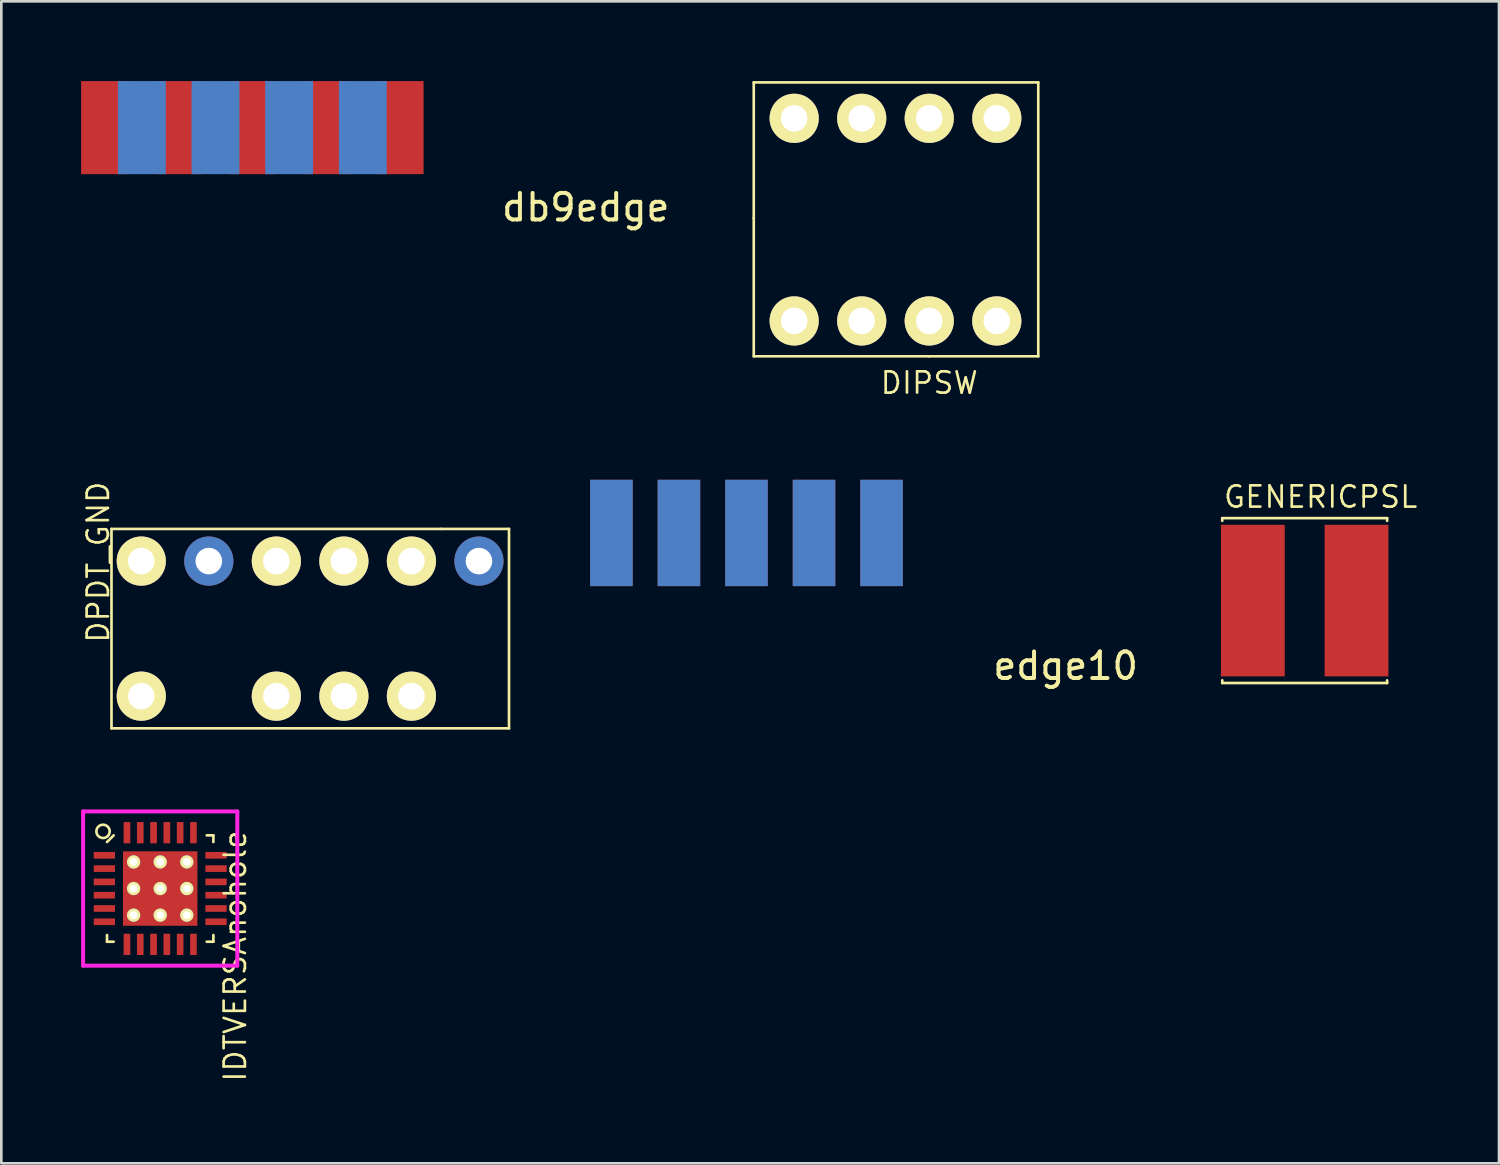
<source format=kicad_pcb>
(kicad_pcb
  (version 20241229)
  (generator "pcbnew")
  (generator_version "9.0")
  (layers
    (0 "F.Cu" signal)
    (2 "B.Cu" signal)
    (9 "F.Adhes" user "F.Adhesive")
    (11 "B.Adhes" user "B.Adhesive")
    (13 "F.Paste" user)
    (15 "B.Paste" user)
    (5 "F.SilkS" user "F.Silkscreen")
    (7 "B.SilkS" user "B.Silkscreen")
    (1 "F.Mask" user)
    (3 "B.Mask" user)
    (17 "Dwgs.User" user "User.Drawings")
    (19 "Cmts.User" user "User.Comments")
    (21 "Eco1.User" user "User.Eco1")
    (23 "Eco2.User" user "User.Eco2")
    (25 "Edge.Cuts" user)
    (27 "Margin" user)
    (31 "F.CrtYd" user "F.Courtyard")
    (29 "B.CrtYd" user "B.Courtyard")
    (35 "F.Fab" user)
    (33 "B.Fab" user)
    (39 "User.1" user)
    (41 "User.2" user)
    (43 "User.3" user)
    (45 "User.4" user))
  (footprint "DIPSW"
    (layer "F.Cu")
    (at 31.898 7.75)
    (property "Reference" "DIPSW" (at 0 3.6 0) (layer "F.SilkS") (effects (font (size 0.8 0.8) (thickness 0.1))))
    (attr through_hole)
    (fp_line (start -6.6 -7.7) (end 4.1 -7.7) (stroke (width 0.1) (type solid)) (layer "F.SilkS"))
    (fp_line (start -6.6 -2.6) (end -6.6 -7.7) (stroke (width 0.1) (type solid)) (layer "F.SilkS"))
    (fp_line (start -6.6 2.6) (end -6.6 -2.6) (stroke (width 0.1) (type solid)) (layer "F.SilkS"))
    (fp_line (start 0 2.6) (end -6.6 2.6) (stroke (width 0.1) (type solid)) (layer "F.SilkS"))
    (fp_line (start 0 2.6) (end 4.1 2.6) (stroke (width 0.1) (type solid)) (layer "F.SilkS"))
    (fp_line (start 4.1 -7.7) (end 4.1 2.6) (stroke (width 0.1) (type solid)) (layer "F.SilkS"))
    (pad "1" thru_hole circle (at -5.08 1.27) (size 1.85 1.85) (drill 1) (layers "*.Cu" "*.Mask" "F.SilkS"))
    (pad "2" thru_hole circle (at -2.54 1.27) (size 1.85 1.85) (drill 1) (layers "*.Cu" "*.Mask" "F.SilkS"))
    (pad "3" thru_hole circle (at 0 1.27) (size 1.85 1.85) (drill 1) (layers "*.Cu" "*.Mask" "F.SilkS"))
    (pad "4" thru_hole circle (at 2.54 1.27) (size 1.85 1.85) (drill 1) (layers "*.Cu" "*.Mask" "F.SilkS"))
    (pad "5" thru_hole circle (at 2.54 -6.35) (size 1.85 1.85) (drill 1) (layers "*.Cu" "*.Mask" "F.SilkS"))
    (pad "6" thru_hole circle (at 0 -6.35) (size 1.85 1.85) (drill 1) (layers "*.Cu" "*.Mask" "F.SilkS"))
    (pad "7" thru_hole circle (at -2.54 -6.35) (size 1.85 1.85) (drill 1) (layers "*.Cu" "*.Mask" "F.SilkS"))
    (pad "8" thru_hole circle (at -5.08 -6.35) (size 1.85 1.85) (drill 1) (layers "*.Cu" "*.Mask" "F.SilkS")))
  (footprint "DPDT_GND"
    (layer "F.Cu")
    (at 7.343 20.592)
    (property "Reference" "DPDT_GND" (at -6.7 -2.5 90) (layer "F.SilkS") (effects (font (size 0.8 0.8) (thickness 0.1))))
    (attr through_hole)
    (fp_line (start -6.2 -3.75) (end 6.2 -3.75) (stroke (width 0.1) (type solid)) (layer "F.SilkS"))
    (fp_line (start -6.2 3.75) (end -6.2 -3.75) (stroke (width 0.1) (type solid)) (layer "F.SilkS"))
    (fp_line (start 6.2 -3.75) (end 8.75 -3.75) (stroke (width 0.1) (type solid)) (layer "F.SilkS"))
    (fp_line (start 8.75 -3.75) (end 8.75 3.75) (stroke (width 0.1) (type solid)) (layer "F.SilkS"))
    (fp_line (start 8.75 3.75) (end -6.2 3.75) (stroke (width 0.1) (type solid)) (layer "F.SilkS"))
    (pad "1" thru_hole circle (at -5.08 2.54) (size 1.85 1.85) (drill 1) (layers "*.Cu" "*.Mask" "F.SilkS"))
    (pad "3" thru_hole circle (at 0 2.54) (size 1.85 1.85) (drill 1) (layers "*.Cu" "*.Mask" "F.SilkS"))
    (pad "4" thru_hole circle (at 2.54 2.54) (size 1.85 1.85) (drill 1) (layers "*.Cu" "*.Mask" "F.SilkS"))
    (pad "5" thru_hole circle (at 5.08 2.54) (size 1.85 1.85) (drill 1) (layers "*.Cu" "*.Mask" "F.SilkS"))
    (pad "7" thru_hole circle (at 7.62 -2.54) (size 1.85 1.85) (drill 1) (layers "*.Cu" "*.Mask"))
    (pad "8" thru_hole circle (at 5.08 -2.54) (size 1.85 1.85) (drill 1) (layers "*.Cu" "*.Mask" "F.SilkS"))
    (pad "9" thru_hole circle (at 2.54 -2.54) (size 1.85 1.85) (drill 1) (layers "*.Cu" "*.Mask" "F.SilkS"))
    (pad "10" thru_hole circle (at 0 -2.54) (size 1.85 1.85) (drill 1) (layers "*.Cu" "*.Mask" "F.SilkS"))
    (pad "11" thru_hole circle (at -2.54 -2.54) (size 1.85 1.85) (drill 1) (layers "*.Cu" "*.Mask"))
    (pad "12" thru_hole circle (at -5.08 -2.54) (size 1.85 1.85) (drill 1) (layers "*.Cu" "*.Mask" "F.SilkS")))
  (footprint "IDTVERSAnohole"
    (layer "F.Cu")
    (at 2.975 30.367)
    (property "Reference" "IDTVERSAnohole" (at 2.82 2.54 90) (layer "F.SilkS") (effects (font (size 0.8 0.8) (thickness 0.1))))
    (attr through_hole)
    (fp_line (start -2 -1.75) (end -1.75 -2) (stroke (width 0.1) (type solid)) (layer "F.SilkS"))
    (fp_line (start -2 2) (end -2 1.75) (stroke (width 0.1) (type solid)) (layer "F.SilkS"))
    (fp_line (start -1.75 2) (end -2 2) (stroke (width 0.1) (type solid)) (layer "F.SilkS"))
    (fp_line (start 1.75 -2) (end 2 -2) (stroke (width 0.1) (type solid)) (layer "F.SilkS"))
    (fp_line (start 1.75 2) (end 2 2) (stroke (width 0.1) (type solid)) (layer "F.SilkS"))
    (fp_line (start 2 -2) (end 2 -1.75) (stroke (width 0.1) (type solid)) (layer "F.SilkS"))
    (fp_line (start 2 2) (end 2 1.75) (stroke (width 0.1) (type solid)) (layer "F.SilkS"))
    (fp_circle (center -2.15 -2.15) (end -2.15 -1.9) (stroke (width 0.1) (type solid)) (fill no) (layer "F.SilkS"))
    (fp_line (start -2.9 -2.9) (end 2.9 -2.9) (stroke (width 0.15) (type solid)) (layer "F.CrtYd"))
    (fp_line (start -2.9 2.9) (end -2.9 -2.9) (stroke (width 0.15) (type solid)) (layer "F.CrtYd"))
    (fp_line (start 2.9 -2.9) (end 2.9 2.9) (stroke (width 0.15) (type solid)) (layer "F.CrtYd"))
    (fp_line (start 2.9 2.9) (end -2.9 2.9) (stroke (width 0.15) (type solid)) (layer "F.CrtYd"))
    (pad "1" smd rect (at -2.1 -1.25 90) (size 0.25 0.8) (layers "F.Cu" "F.Mask" "F.Paste"))
    (pad "2" smd rect (at -2.1 -0.75 90) (size 0.25 0.8) (layers "F.Cu" "F.Mask" "F.Paste"))
    (pad "3" smd rect (at -2.1 -0.25 90) (size 0.25 0.8) (layers "F.Cu" "F.Mask" "F.Paste"))
    (pad "4" smd rect (at -2.1 0.25 90) (size 0.25 0.8) (layers "F.Cu" "F.Mask" "F.Paste"))
    (pad "5" smd rect (at -2.1 0.75 90) (size 0.25 0.8) (layers "F.Cu" "F.Mask" "F.Paste"))
    (pad "6" smd rect (at -2.1 1.25 90) (size 0.25 0.8) (layers "F.Cu" "F.Mask" "F.Paste"))
    (pad "7" smd rect (at -1.25 2.1) (size 0.25 0.8) (layers "F.Cu" "F.Mask" "F.Paste"))
    (pad "8" smd rect (at -0.75 2.1) (size 0.25 0.8) (layers "F.Cu" "F.Mask" "F.Paste"))
    (pad "9" smd rect (at -0.25 2.1) (size 0.25 0.8) (layers "F.Cu" "F.Mask" "F.Paste"))
    (pad "10" smd rect (at 0.25 2.1) (size 0.25 0.8) (layers "F.Cu" "F.Mask" "F.Paste"))
    (pad "11" smd rect (at 0.75 2.1) (size 0.25 0.8) (layers "F.Cu" "F.Mask" "F.Paste"))
    (pad "12" smd rect (at 1.25 2.1) (size 0.25 0.8) (layers "F.Cu" "F.Mask" "F.Paste"))
    (pad "13" smd rect (at 2.1 1.25 90) (size 0.25 0.8) (layers "F.Cu" "F.Mask" "F.Paste"))
    (pad "14" smd rect (at 2.1 0.75 90) (size 0.25 0.8) (layers "F.Cu" "F.Mask" "F.Paste"))
    (pad "15" smd rect (at 2.1 0.25 90) (size 0.25 0.8) (layers "F.Cu" "F.Mask" "F.Paste"))
    (pad "16" smd rect (at 2.1 -0.25 90) (size 0.25 0.8) (layers "F.Cu" "F.Mask" "F.Paste"))
    (pad "17" smd rect (at 2.1 -0.75 90) (size 0.25 0.8) (layers "F.Cu" "F.Mask" "F.Paste"))
    (pad "18" smd rect (at 2.1 -1.25 90) (size 0.25 0.8) (layers "F.Cu" "F.Mask" "F.Paste"))
    (pad "19" smd rect (at 1.25 -2.1) (size 0.25 0.8) (layers "F.Cu" "F.Mask" "F.Paste"))
    (pad "20" smd rect (at 0.75 -2.1) (size 0.25 0.8) (layers "F.Cu" "F.Mask" "F.Paste"))
    (pad "21" smd rect (at 0.25 -2.1) (size 0.25 0.8) (layers "F.Cu" "F.Mask" "F.Paste"))
    (pad "22" smd rect (at -0.25 -2.1) (size 0.25 0.8) (layers "F.Cu" "F.Mask" "F.Paste"))
    (pad "23" smd rect (at -0.75 -2.1) (size 0.25 0.8) (layers "F.Cu" "F.Mask" "F.Paste"))
    (pad "24" smd rect (at -1.25 -2.1) (size 0.25 0.8) (layers "F.Cu" "F.Mask" "F.Paste"))
    (pad "25" thru_hole circle (at -1 -1) (size 0.5 0.5) (drill 0.3) (layers "*.Cu" "*.Mask" "F.SilkS"))
    (pad "25" thru_hole circle (at -1 0) (size 0.5 0.5) (drill 0.3) (layers "*.Cu" "*.Mask" "F.SilkS"))
    (pad "25" thru_hole circle (at -1 1) (size 0.5 0.5) (drill 0.3) (layers "*.Cu" "*.Mask" "F.SilkS"))
    (pad "25" smd rect (at -0.7 -0.7) (size 1 1) (layers "F.Cu" "F.Mask" "F.Paste"))
    (pad "25" smd rect (at -0.7 0.7) (size 1 1) (layers "F.Cu" "F.Mask" "F.Paste"))
    (pad "25" thru_hole circle (at 0 -1) (size 0.5 0.5) (drill 0.3) (layers "*.Cu" "*.Mask" "F.SilkS"))
    (pad "25" thru_hole circle (at 0 0) (size 0.5 0.5) (drill 0.3) (layers "*.Cu" "*.Mask" "F.SilkS"))
    (pad "25" smd rect (at 0 0) (size 2.8 2.8) (layers "F.Cu" "F.Mask"))
    (pad "25" thru_hole circle (at 0 1) (size 0.5 0.5) (drill 0.3) (layers "*.Cu" "*.Mask" "F.SilkS"))
    (pad "25" smd rect (at 0.7 -0.7) (size 1 1) (layers "F.Cu" "F.Mask" "F.Paste"))
    (pad "25" smd rect (at 0.7 0.7) (size 1 1) (layers "F.Cu" "F.Mask" "F.Paste"))
    (pad "25" thru_hole circle (at 1 -1) (size 0.5 0.5) (drill 0.3) (layers "*.Cu" "*.Mask" "F.SilkS"))
    (pad "25" thru_hole circle (at 1 0) (size 0.5 0.5) (drill 0.3) (layers "*.Cu" "*.Mask" "F.SilkS"))
    (pad "25" thru_hole circle (at 1 1) (size 0.5 0.5) (drill 0.3) (layers "*.Cu" "*.Mask" "F.SilkS")))
  (footprint "GENERICPSL"
    (layer "F.Cu")
    (at 46.018 19.537)
    (property "Reference" "GENERICPSL" (at 0.6 -3.9 0) (layer "F.SilkS") (effects (font (size 0.8 0.8) (thickness 0.1))))
    (attr through_hole)
    (fp_line (start -3.1 -3.1) (end 3.1 -3.1) (stroke (width 0.1) (type solid)) (layer "F.SilkS"))
    (fp_line (start -3.1 -3) (end -3.1 -3.1) (stroke (width 0.1) (type solid)) (layer "F.SilkS"))
    (fp_line (start -3.1 3) (end -3.1 3.1) (stroke (width 0.1) (type solid)) (layer "F.SilkS"))
    (fp_line (start -3.1 3.1) (end 3.1 3.1) (stroke (width 0.1) (type solid)) (layer "F.SilkS"))
    (fp_line (start 3.1 -3.1) (end 3.1 -3) (stroke (width 0.1) (type solid)) (layer "F.SilkS"))
    (fp_line (start 3.1 3.1) (end 3.1 3) (stroke (width 0.1) (type solid)) (layer "F.SilkS"))
    (pad "1" smd rect (at -1.95 0) (size 2.4 5.7) (layers "F.Cu" "F.Mask" "F.Paste"))
    (pad "2" smd rect (at 1.95 0) (size 2.4 5.7) (layers "F.Cu" "F.Mask" "F.Paste")))
  (footprint "db9edge"
    (layer "F.Cu")
    (at 11.98 1.75)
    (property "Reference" "db9edge" (at 7 3 0) (layer "F.SilkS") (effects (font (size 1 1) (thickness 0.15))))
    (attr through_hole)
    (pad "1" smd rect (at 0 0) (size 1.8 3.5) (layers "F.Cu" "F.Mask" "F.Paste"))
    (pad "2" smd rect (at -2.77 0) (size 1.8 3.5) (layers "F.Cu" "F.Mask" "F.Paste"))
    (pad "3" smd rect (at -5.54 0) (size 1.8 3.5) (layers "F.Cu" "F.Mask" "F.Paste"))
    (pad "4" smd rect (at -8.31 0) (size 1.8 3.5) (layers "F.Cu" "F.Mask" "F.Paste"))
    (pad "5" smd rect (at -11.08 0) (size 1.8 3.5) (layers "F.Cu" "F.Mask" "F.Paste"))
    (pad "6" smd rect (at -1.385 0) (size 1.8 3.5) (layers "B.Cu" "B.Mask" "B.Paste"))
    (pad "7" smd rect (at -4.155 0) (size 1.8 3.5) (layers "B.Cu" "B.Mask" "B.Paste"))
    (pad "8" smd rect (at -6.925 0) (size 1.8 3.5) (layers "B.Cu" "B.Mask" "B.Paste"))
    (pad "9" smd rect (at -9.695 0) (size 1.8 3.5) (layers "B.Cu" "B.Mask" "B.Paste")))
  (footprint "edge10"
    (layer "F.Cu")
    (at 30.104 16.994)
    (property "Reference" "edge10" (at 6.925 5 0) (layer "F.SilkS") (effects (font (size 1 1) (thickness 0.15))))
    (attr through_hole)
    (pad "1" smd rect (at 0 0) (size 1.6 4) (layers "F.Cu" "F.Mask" "F.Paste"))
    (pad "2" smd rect (at -2.54 0) (size 1.6 4) (layers "F.Cu" "F.Mask" "F.Paste"))
    (pad "3" smd rect (at -5.08 0) (size 1.6 4) (layers "F.Cu" "F.Mask" "F.Paste"))
    (pad "4" smd rect (at -7.62 0) (size 1.6 4) (layers "F.Cu" "F.Mask" "F.Paste"))
    (pad "5" smd rect (at -10.16 0) (size 1.6 4) (layers "F.Cu" "F.Mask" "F.Paste"))
    (pad "6" smd rect (at 0 0) (size 1.6 4) (layers "B.Cu" "B.Mask" "B.Paste"))
    (pad "7" smd rect (at -2.54 0) (size 1.6 4) (layers "B.Cu" "B.Mask" "B.Paste"))
    (pad "8" smd rect (at -5.08 0) (size 1.6 4) (layers "B.Cu" "B.Mask" "B.Paste"))
    (pad "9" smd rect (at -7.62 0) (size 1.6 4) (layers "B.Cu" "B.Mask" "B.Paste"))
    (pad "10" smd rect (at -10.16 0) (size 1.6 4) (layers "B.Cu" "B.Mask" "B.Paste")))
  (gr_rect
    (start -3 -3)
    (end 53.326 40.701)
    (stroke (width 0.1) (type default))
    (fill no)
    (layer "Edge.Cuts")))
</source>
